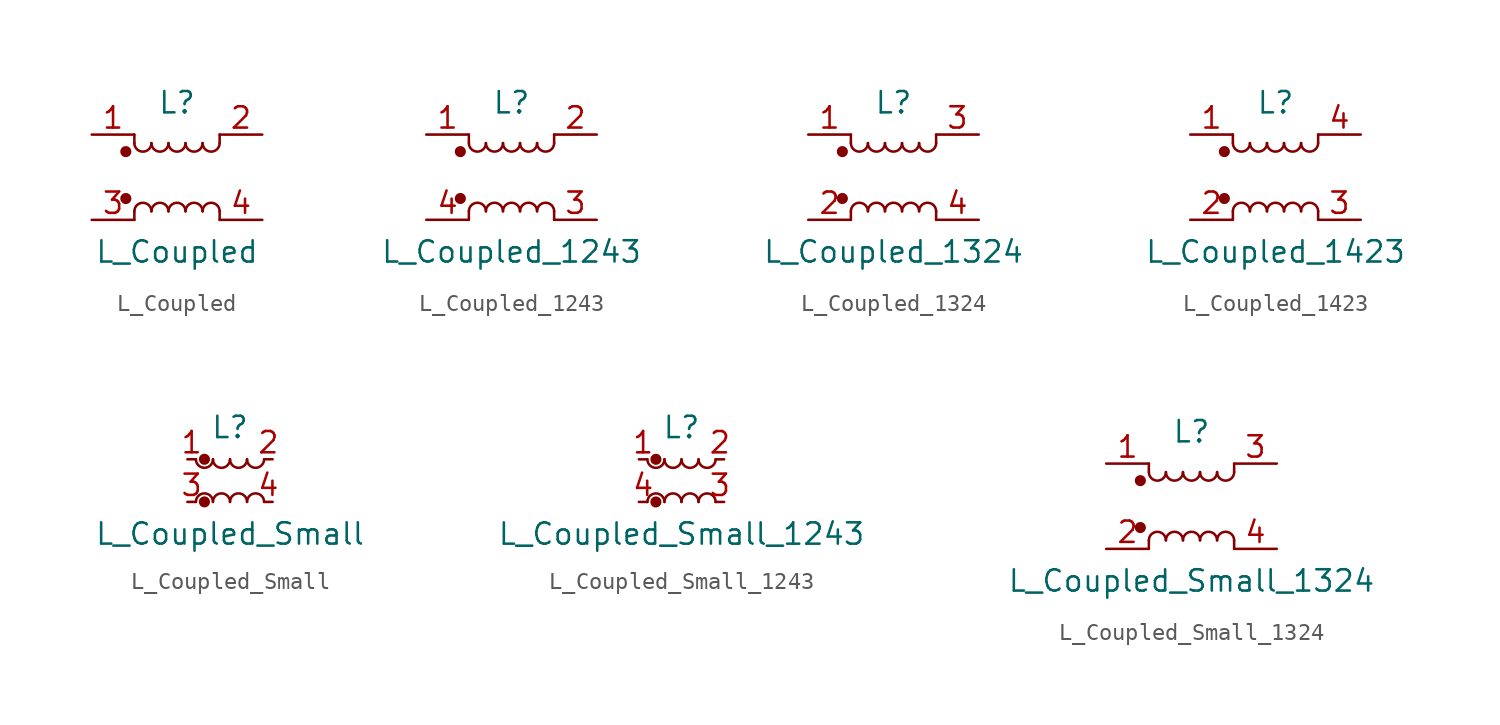
<source format=kicad_sym>
(kicad_symbol_lib
  (version 20241209)
  (generator "kicad_symbol_editor")
  (generator_version "9.0")
  (symbol "L_Coupled"
    (pin_names
      (offset 0.254)
      (hide yes))
    (property "Reference" "L"
      (at 0 4.445 0)
      (effects (font (size 1.27 1.27))))
    (property "Value" "L_Coupled"
      (at 0 -4.445 0)
      (effects (font (size 1.27 1.27))))
    (symbol "L_Coupled_0_1"
      (circle (center -3.048 1.524) (radius 0.254) (stroke (width 0) (type solid)) (fill (type outline)))
      (circle (center -3.048 -1.27) (radius 0.254) (stroke (width 0) (type solid)) (fill (type outline)))
      (polyline (pts (xy -2.54 2.032) (xy -2.54 2.54)) (stroke (width 0) (type solid)) (fill (type none)))
      (polyline (pts (xy -2.54 -2.032) (xy -2.54 -2.54)) (stroke (width 0) (type solid)) (fill (type none)))
      (arc (start -1.524 2.032) (mid -2.032 1.524) (end -2.54 2.032) (stroke (width 0) (type solid)) (fill (type none)))
      (arc (start -2.54 -2.032) (mid -2.032 -1.524) (end -1.524 -2.032) (stroke (width 0) (type solid)) (fill (type none)))
      (arc (start -0.508 2.032) (mid -1.016 1.524) (end -1.524 2.032) (stroke (width 0) (type solid)) (fill (type none)))
      (arc (start -1.524 -2.032) (mid -1.016 -1.524) (end -0.508 -2.032) (stroke (width 0) (type solid)) (fill (type none)))
      (arc (start 0.508 2.032) (mid 0 1.524) (end -0.508 2.032) (stroke (width 0) (type solid)) (fill (type none)))
      (arc (start -0.508 -2.032) (mid 0 -1.524) (end 0.508 -2.032) (stroke (width 0) (type solid)) (fill (type none)))
      (arc (start 1.524 2.032) (mid 1.016 1.524) (end 0.508 2.032) (stroke (width 0) (type solid)) (fill (type none)))
      (arc (start 0.508 -2.032) (mid 1.016 -1.524) (end 1.524 -2.032) (stroke (width 0) (type solid)) (fill (type none)))
      (arc (start 2.54 2.032) (mid 2.032 1.524) (end 1.524 2.032) (stroke (width 0) (type solid)) (fill (type none)))
      (arc (start 1.524 -2.032) (mid 2.032 -1.524) (end 2.54 -2.032) (stroke (width 0) (type solid)) (fill (type none)))
      (polyline (pts (xy 2.54 2.54) (xy 2.54 2.032)) (stroke (width 0) (type solid)) (fill (type none)))
      (polyline (pts (xy 2.54 -2.032) (xy 2.54 -2.54)) (stroke (width 0) (type solid)) (fill (type none))))
    (symbol "L_Coupled_1_1"
      (pin passive line (at -5.08 2.54 0) (length 2.54) (name "1" (effects (font (size 1.27 1.27)))) (number "1" (effects (font (size 1.27 1.27)))))
      (pin passive line (at -5.08 -2.54 0) (length 2.54) (name "3" (effects (font (size 1.27 1.27)))) (number "3" (effects (font (size 1.27 1.27)))))
      (pin passive line (at 5.08 2.54 180) (length 2.54) (name "2" (effects (font (size 1.27 1.27)))) (number "2" (effects (font (size 1.27 1.27)))))
      (pin passive line (at 5.08 -2.54 180) (length 2.54) (name "4" (effects (font (size 1.27 1.27)))) (number "4" (effects (font (size 1.27 1.27)))))))
  (symbol "L_Coupled_1243"
    (pin_names
      (offset 0.254)
      (hide yes))
    (property "Reference" "L"
      (at 0 4.445 0)
      (effects (font (size 1.27 1.27))))
    (property "Value" "L_Coupled_1243"
      (at 0 -4.445 0)
      (effects (font (size 1.27 1.27))))
    (symbol "L_Coupled_1243_0_1"
      (circle (center -3.048 1.524) (radius 0.254) (stroke (width 0) (type solid)) (fill (type outline)))
      (circle (center -3.048 -1.27) (radius 0.254) (stroke (width 0) (type solid)) (fill (type outline)))
      (polyline (pts (xy -2.54 2.032) (xy -2.54 2.54)) (stroke (width 0) (type solid)) (fill (type none)))
      (polyline (pts (xy -2.54 -2.032) (xy -2.54 -2.54)) (stroke (width 0) (type solid)) (fill (type none)))
      (arc (start -1.524 2.032) (mid -2.032 1.524) (end -2.54 2.032) (stroke (width 0) (type solid)) (fill (type none)))
      (arc (start -2.54 -2.032) (mid -2.032 -1.524) (end -1.524 -2.032) (stroke (width 0) (type solid)) (fill (type none)))
      (arc (start -0.508 2.032) (mid -1.016 1.524) (end -1.524 2.032) (stroke (width 0) (type solid)) (fill (type none)))
      (arc (start -1.524 -2.032) (mid -1.016 -1.524) (end -0.508 -2.032) (stroke (width 0) (type solid)) (fill (type none)))
      (arc (start 0.508 2.032) (mid 0 1.524) (end -0.508 2.032) (stroke (width 0) (type solid)) (fill (type none)))
      (arc (start -0.508 -2.032) (mid 0 -1.524) (end 0.508 -2.032) (stroke (width 0) (type solid)) (fill (type none)))
      (arc (start 1.524 2.032) (mid 1.016 1.524) (end 0.508 2.032) (stroke (width 0) (type solid)) (fill (type none)))
      (arc (start 0.508 -2.032) (mid 1.016 -1.524) (end 1.524 -2.032) (stroke (width 0) (type solid)) (fill (type none)))
      (arc (start 2.54 2.032) (mid 2.032 1.524) (end 1.524 2.032) (stroke (width 0) (type solid)) (fill (type none)))
      (arc (start 1.524 -2.032) (mid 2.032 -1.524) (end 2.54 -2.032) (stroke (width 0) (type solid)) (fill (type none)))
      (polyline (pts (xy 2.54 2.54) (xy 2.54 2.032)) (stroke (width 0) (type solid)) (fill (type none)))
      (polyline (pts (xy 2.54 -2.032) (xy 2.54 -2.54)) (stroke (width 0) (type solid)) (fill (type none))))
    (symbol "L_Coupled_1243_1_1"
      (pin passive line (at -5.08 2.54 0) (length 2.54) (name "1" (effects (font (size 1.27 1.27)))) (number "1" (effects (font (size 1.27 1.27)))))
      (pin passive line (at -5.08 -2.54 0) (length 2.54) (name "4" (effects (font (size 1.27 1.27)))) (number "4" (effects (font (size 1.27 1.27)))))
      (pin passive line (at 5.08 2.54 180) (length 2.54) (name "2" (effects (font (size 1.27 1.27)))) (number "2" (effects (font (size 1.27 1.27)))))
      (pin passive line (at 5.08 -2.54 180) (length 2.54) (name "3" (effects (font (size 1.27 1.27)))) (number "3" (effects (font (size 1.27 1.27)))))))
  (symbol "L_Coupled_1324"
    (pin_names
      (offset 0.254)
      (hide yes))
    (property "Reference" "L"
      (at 0 4.445 0)
      (effects (font (size 1.27 1.27))))
    (property "Value" "L_Coupled_1324"
      (at 0 -4.445 0)
      (effects (font (size 1.27 1.27))))
    (symbol "L_Coupled_1324_0_1"
      (circle (center -3.048 1.524) (radius 0.254) (stroke (width 0) (type solid)) (fill (type outline)))
      (circle (center -3.048 -1.27) (radius 0.254) (stroke (width 0) (type solid)) (fill (type outline)))
      (polyline (pts (xy -2.54 2.032) (xy -2.54 2.54)) (stroke (width 0) (type solid)) (fill (type none)))
      (polyline (pts (xy -2.54 -2.032) (xy -2.54 -2.54)) (stroke (width 0) (type solid)) (fill (type none)))
      (arc (start -1.524 2.032) (mid -2.032 1.524) (end -2.54 2.032) (stroke (width 0) (type solid)) (fill (type none)))
      (arc (start -2.54 -2.032) (mid -2.032 -1.524) (end -1.524 -2.032) (stroke (width 0) (type solid)) (fill (type none)))
      (arc (start -0.508 2.032) (mid -1.016 1.524) (end -1.524 2.032) (stroke (width 0) (type solid)) (fill (type none)))
      (arc (start -1.524 -2.032) (mid -1.016 -1.524) (end -0.508 -2.032) (stroke (width 0) (type solid)) (fill (type none)))
      (arc (start 0.508 2.032) (mid 0 1.524) (end -0.508 2.032) (stroke (width 0) (type solid)) (fill (type none)))
      (arc (start -0.508 -2.032) (mid 0 -1.524) (end 0.508 -2.032) (stroke (width 0) (type solid)) (fill (type none)))
      (arc (start 1.524 2.032) (mid 1.016 1.524) (end 0.508 2.032) (stroke (width 0) (type solid)) (fill (type none)))
      (arc (start 0.508 -2.032) (mid 1.016 -1.524) (end 1.524 -2.032) (stroke (width 0) (type solid)) (fill (type none)))
      (arc (start 2.54 2.032) (mid 2.032 1.524) (end 1.524 2.032) (stroke (width 0) (type solid)) (fill (type none)))
      (arc (start 1.524 -2.032) (mid 2.032 -1.524) (end 2.54 -2.032) (stroke (width 0) (type solid)) (fill (type none)))
      (polyline (pts (xy 2.54 2.54) (xy 2.54 2.032)) (stroke (width 0) (type solid)) (fill (type none)))
      (polyline (pts (xy 2.54 -2.032) (xy 2.54 -2.54)) (stroke (width 0) (type solid)) (fill (type none))))
    (symbol "L_Coupled_1324_1_1"
      (pin passive line (at -5.08 2.54 0) (length 2.54) (name "1" (effects (font (size 1.27 1.27)))) (number "1" (effects (font (size 1.27 1.27)))))
      (pin passive line (at -5.08 -2.54 0) (length 2.54) (name "2" (effects (font (size 1.27 1.27)))) (number "2" (effects (font (size 1.27 1.27)))))
      (pin passive line (at 5.08 2.54 180) (length 2.54) (name "3" (effects (font (size 1.27 1.27)))) (number "3" (effects (font (size 1.27 1.27)))))
      (pin passive line (at 5.08 -2.54 180) (length 2.54) (name "4" (effects (font (size 1.27 1.27)))) (number "4" (effects (font (size 1.27 1.27)))))))
  (symbol "L_Coupled_1423"
    (pin_names
      (offset 0.254)
      (hide yes))
    (property "Reference" "L"
      (at 0 4.445 0)
      (effects (font (size 1.27 1.27))))
    (property "Value" "L_Coupled_1423"
      (at 0 -4.445 0)
      (effects (font (size 1.27 1.27))))
    (symbol "L_Coupled_1423_0_1"
      (circle (center -3.048 1.524) (radius 0.254) (stroke (width 0) (type solid)) (fill (type outline)))
      (circle (center -3.048 -1.27) (radius 0.254) (stroke (width 0) (type solid)) (fill (type outline)))
      (polyline (pts (xy -2.54 2.032) (xy -2.54 2.54)) (stroke (width 0) (type solid)) (fill (type none)))
      (polyline (pts (xy -2.54 -2.032) (xy -2.54 -2.54)) (stroke (width 0) (type solid)) (fill (type none)))
      (arc (start -1.524 2.032) (mid -2.032 1.524) (end -2.54 2.032) (stroke (width 0) (type solid)) (fill (type none)))
      (arc (start -2.54 -2.032) (mid -2.032 -1.524) (end -1.524 -2.032) (stroke (width 0) (type solid)) (fill (type none)))
      (arc (start -0.508 2.032) (mid -1.016 1.524) (end -1.524 2.032) (stroke (width 0) (type solid)) (fill (type none)))
      (arc (start -1.524 -2.032) (mid -1.016 -1.524) (end -0.508 -2.032) (stroke (width 0) (type solid)) (fill (type none)))
      (arc (start 0.508 2.032) (mid 0 1.524) (end -0.508 2.032) (stroke (width 0) (type solid)) (fill (type none)))
      (arc (start -0.508 -2.032) (mid 0 -1.524) (end 0.508 -2.032) (stroke (width 0) (type solid)) (fill (type none)))
      (arc (start 1.524 2.032) (mid 1.016 1.524) (end 0.508 2.032) (stroke (width 0) (type solid)) (fill (type none)))
      (arc (start 0.508 -2.032) (mid 1.016 -1.524) (end 1.524 -2.032) (stroke (width 0) (type solid)) (fill (type none)))
      (arc (start 2.54 2.032) (mid 2.032 1.524) (end 1.524 2.032) (stroke (width 0) (type solid)) (fill (type none)))
      (arc (start 1.524 -2.032) (mid 2.032 -1.524) (end 2.54 -2.032) (stroke (width 0) (type solid)) (fill (type none)))
      (polyline (pts (xy 2.54 2.54) (xy 2.54 2.032)) (stroke (width 0) (type solid)) (fill (type none)))
      (polyline (pts (xy 2.54 -2.032) (xy 2.54 -2.54)) (stroke (width 0) (type solid)) (fill (type none))))
    (symbol "L_Coupled_1423_1_1"
      (pin passive line (at -5.08 2.54 0) (length 2.54) (name "1" (effects (font (size 1.27 1.27)))) (number "1" (effects (font (size 1.27 1.27)))))
      (pin passive line (at -5.08 -2.54 0) (length 2.54) (name "2" (effects (font (size 1.27 1.27)))) (number "2" (effects (font (size 1.27 1.27)))))
      (pin passive line (at 5.08 2.54 180) (length 2.54) (name "4" (effects (font (size 1.27 1.27)))) (number "4" (effects (font (size 1.27 1.27)))))
      (pin passive line (at 5.08 -2.54 180) (length 2.54) (name "3" (effects (font (size 1.27 1.27)))) (number "3" (effects (font (size 1.27 1.27)))))))
  (symbol "L_Coupled_Small"
    (pin_names
      (offset 0.254)
      (hide yes))
    (property "Reference" "L"
      (at 0 3.175 0)
      (effects (font (size 1.27 1.27))))
    (property "Value" "L_Coupled_Small"
      (at 0 -3.175 0)
      (effects (font (size 1.27 1.27))))
    (symbol "L_Coupled_Small_0_1"
      (circle (center -1.524 1.27) (radius 0.254) (stroke (width 0) (type solid)) (fill (type outline)))
      (arc (start -1.016 1.27) (mid -1.524 0.762) (end -2.032 1.27) (stroke (width 0) (type solid)) (fill (type none)))
      (arc (start -2.032 -1.27) (mid -1.524 -0.762) (end -1.016 -1.27) (stroke (width 0) (type solid)) (fill (type none)))
      (circle (center -1.524 -1.27) (radius 0.254) (stroke (width 0) (type solid)) (fill (type outline)))
      (arc (start 0 1.27) (mid -0.508 0.762) (end -1.016 1.27) (stroke (width 0) (type solid)) (fill (type none)))
      (arc (start -1.016 -1.27) (mid -0.508 -0.762) (end 0 -1.27) (stroke (width 0) (type solid)) (fill (type none)))
      (arc (start 1.016 1.27) (mid 0.508 0.762) (end 0 1.27) (stroke (width 0) (type solid)) (fill (type none)))
      (arc (start 0 -1.27) (mid 0.508 -0.762) (end 1.016 -1.27) (stroke (width 0) (type solid)) (fill (type none)))
      (arc (start 2.032 1.27) (mid 1.524 0.762) (end 1.016 1.27) (stroke (width 0) (type solid)) (fill (type none)))
      (arc (start 1.016 -1.27) (mid 1.524 -0.762) (end 2.032 -1.27) (stroke (width 0) (type solid)) (fill (type none))))
    (symbol "L_Coupled_Small_1_1"
      (pin passive line (at -2.54 1.27 0) (length 0.508) (name "1" (effects (font (size 1.27 1.27)))) (number "1" (effects (font (size 1.27 1.27)))))
      (pin passive line (at -2.54 -1.27 0) (length 0.508) (name "3" (effects (font (size 1.27 1.27)))) (number "3" (effects (font (size 1.27 1.27)))))
      (pin passive line (at 2.54 1.27 180) (length 0.508) (name "2" (effects (font (size 1.27 1.27)))) (number "2" (effects (font (size 1.27 1.27)))))
      (pin passive line (at 2.54 -1.27 180) (length 0.508) (name "4" (effects (font (size 1.27 1.27)))) (number "4" (effects (font (size 1.27 1.27)))))))
  (symbol "L_Coupled_Small_1243"
    (pin_names
      (offset 0.254)
      (hide yes))
    (property "Reference" "L"
      (at 0 3.175 0)
      (effects (font (size 1.27 1.27))))
    (property "Value" "L_Coupled_Small_1243"
      (at 0 -3.175 0)
      (effects (font (size 1.27 1.27))))
    (symbol "L_Coupled_Small_1243_0_1"
      (circle (center -1.524 1.27) (radius 0.254) (stroke (width 0) (type solid)) (fill (type outline)))
      (arc (start -1.016 1.27) (mid -1.524 0.762) (end -2.032 1.27) (stroke (width 0) (type solid)) (fill (type none)))
      (arc (start -2.032 -1.27) (mid -1.524 -0.762) (end -1.016 -1.27) (stroke (width 0) (type solid)) (fill (type none)))
      (circle (center -1.524 -1.27) (radius 0.254) (stroke (width 0) (type solid)) (fill (type outline)))
      (arc (start 0 1.27) (mid -0.508 0.762) (end -1.016 1.27) (stroke (width 0) (type solid)) (fill (type none)))
      (arc (start -1.016 -1.27) (mid -0.508 -0.762) (end 0 -1.27) (stroke (width 0) (type solid)) (fill (type none)))
      (arc (start 1.016 1.27) (mid 0.508 0.762) (end 0 1.27) (stroke (width 0) (type solid)) (fill (type none)))
      (arc (start 0 -1.27) (mid 0.508 -0.762) (end 1.016 -1.27) (stroke (width 0) (type solid)) (fill (type none)))
      (arc (start 2.032 1.27) (mid 1.524 0.762) (end 1.016 1.27) (stroke (width 0) (type solid)) (fill (type none)))
      (arc (start 1.016 -1.27) (mid 1.524 -0.762) (end 2.032 -1.27) (stroke (width 0) (type solid)) (fill (type none))))
    (symbol "L_Coupled_Small_1243_1_1"
      (pin passive line (at -2.54 1.27 0) (length 0.508) (name "1" (effects (font (size 1.27 1.27)))) (number "1" (effects (font (size 1.27 1.27)))))
      (pin passive line (at -2.54 -1.27 0) (length 0.508) (name "4" (effects (font (size 1.27 1.27)))) (number "4" (effects (font (size 1.27 1.27)))))
      (pin passive line (at 2.54 1.27 180) (length 0.508) (name "2" (effects (font (size 1.27 1.27)))) (number "2" (effects (font (size 1.27 1.27)))))
      (pin passive line (at 2.54 -1.27 180) (length 0.508) (name "3" (effects (font (size 1.27 1.27)))) (number "3" (effects (font (size 1.27 1.27)))))))
  (symbol "L_Coupled_Small_1324"
    (pin_names
      (offset 0.254)
      (hide yes))
    (property "Reference" "L"
      (at 0 4.445 0)
      (effects (font (size 1.27 1.27))))
    (property "Value" "L_Coupled_Small_1324"
      (at 0 -4.445 0)
      (effects (font (size 1.27 1.27))))
    (symbol "L_Coupled_Small_1324_0_1"
      (circle (center -3.048 1.524) (radius 0.254) (stroke (width 0) (type solid)) (fill (type outline)))
      (circle (center -3.048 -1.27) (radius 0.254) (stroke (width 0) (type solid)) (fill (type outline)))
      (polyline (pts (xy -2.54 2.032) (xy -2.54 2.54)) (stroke (width 0) (type solid)) (fill (type none)))
      (polyline (pts (xy -2.54 -2.032) (xy -2.54 -2.54)) (stroke (width 0) (type solid)) (fill (type none)))
      (arc (start -1.524 2.032) (mid -2.032 1.524) (end -2.54 2.032) (stroke (width 0) (type solid)) (fill (type none)))
      (arc (start -2.54 -2.032) (mid -2.032 -1.524) (end -1.524 -2.032) (stroke (width 0) (type solid)) (fill (type none)))
      (arc (start -0.508 2.032) (mid -1.016 1.524) (end -1.524 2.032) (stroke (width 0) (type solid)) (fill (type none)))
      (arc (start -1.524 -2.032) (mid -1.016 -1.524) (end -0.508 -2.032) (stroke (width 0) (type solid)) (fill (type none)))
      (arc (start 0.508 2.032) (mid 0 1.524) (end -0.508 2.032) (stroke (width 0) (type solid)) (fill (type none)))
      (arc (start -0.508 -2.032) (mid 0 -1.524) (end 0.508 -2.032) (stroke (width 0) (type solid)) (fill (type none)))
      (arc (start 1.524 2.032) (mid 1.016 1.524) (end 0.508 2.032) (stroke (width 0) (type solid)) (fill (type none)))
      (arc (start 0.508 -2.032) (mid 1.016 -1.524) (end 1.524 -2.032) (stroke (width 0) (type solid)) (fill (type none)))
      (arc (start 2.54 2.032) (mid 2.032 1.524) (end 1.524 2.032) (stroke (width 0) (type solid)) (fill (type none)))
      (arc (start 1.524 -2.032) (mid 2.032 -1.524) (end 2.54 -2.032) (stroke (width 0) (type solid)) (fill (type none)))
      (polyline (pts (xy 2.54 2.54) (xy 2.54 2.032)) (stroke (width 0) (type solid)) (fill (type none)))
      (polyline (pts (xy 2.54 -2.032) (xy 2.54 -2.54)) (stroke (width 0) (type solid)) (fill (type none))))
    (symbol "L_Coupled_Small_1324_1_1"
      (pin passive line (at -5.08 2.54 0) (length 2.54) (name "1" (effects (font (size 1.27 1.27)))) (number "1" (effects (font (size 1.27 1.27)))))
      (pin passive line (at -5.08 -2.54 0) (length 2.54) (name "2" (effects (font (size 1.27 1.27)))) (number "2" (effects (font (size 1.27 1.27)))))
      (pin passive line (at 5.08 2.54 180) (length 2.54) (name "3" (effects (font (size 1.27 1.27)))) (number "3" (effects (font (size 1.27 1.27)))))
      (pin passive line (at 5.08 -2.54 180) (length 2.54) (name "4" (effects (font (size 1.27 1.27)))) (number "4" (effects (font (size 1.27 1.27))))))))
</source>
